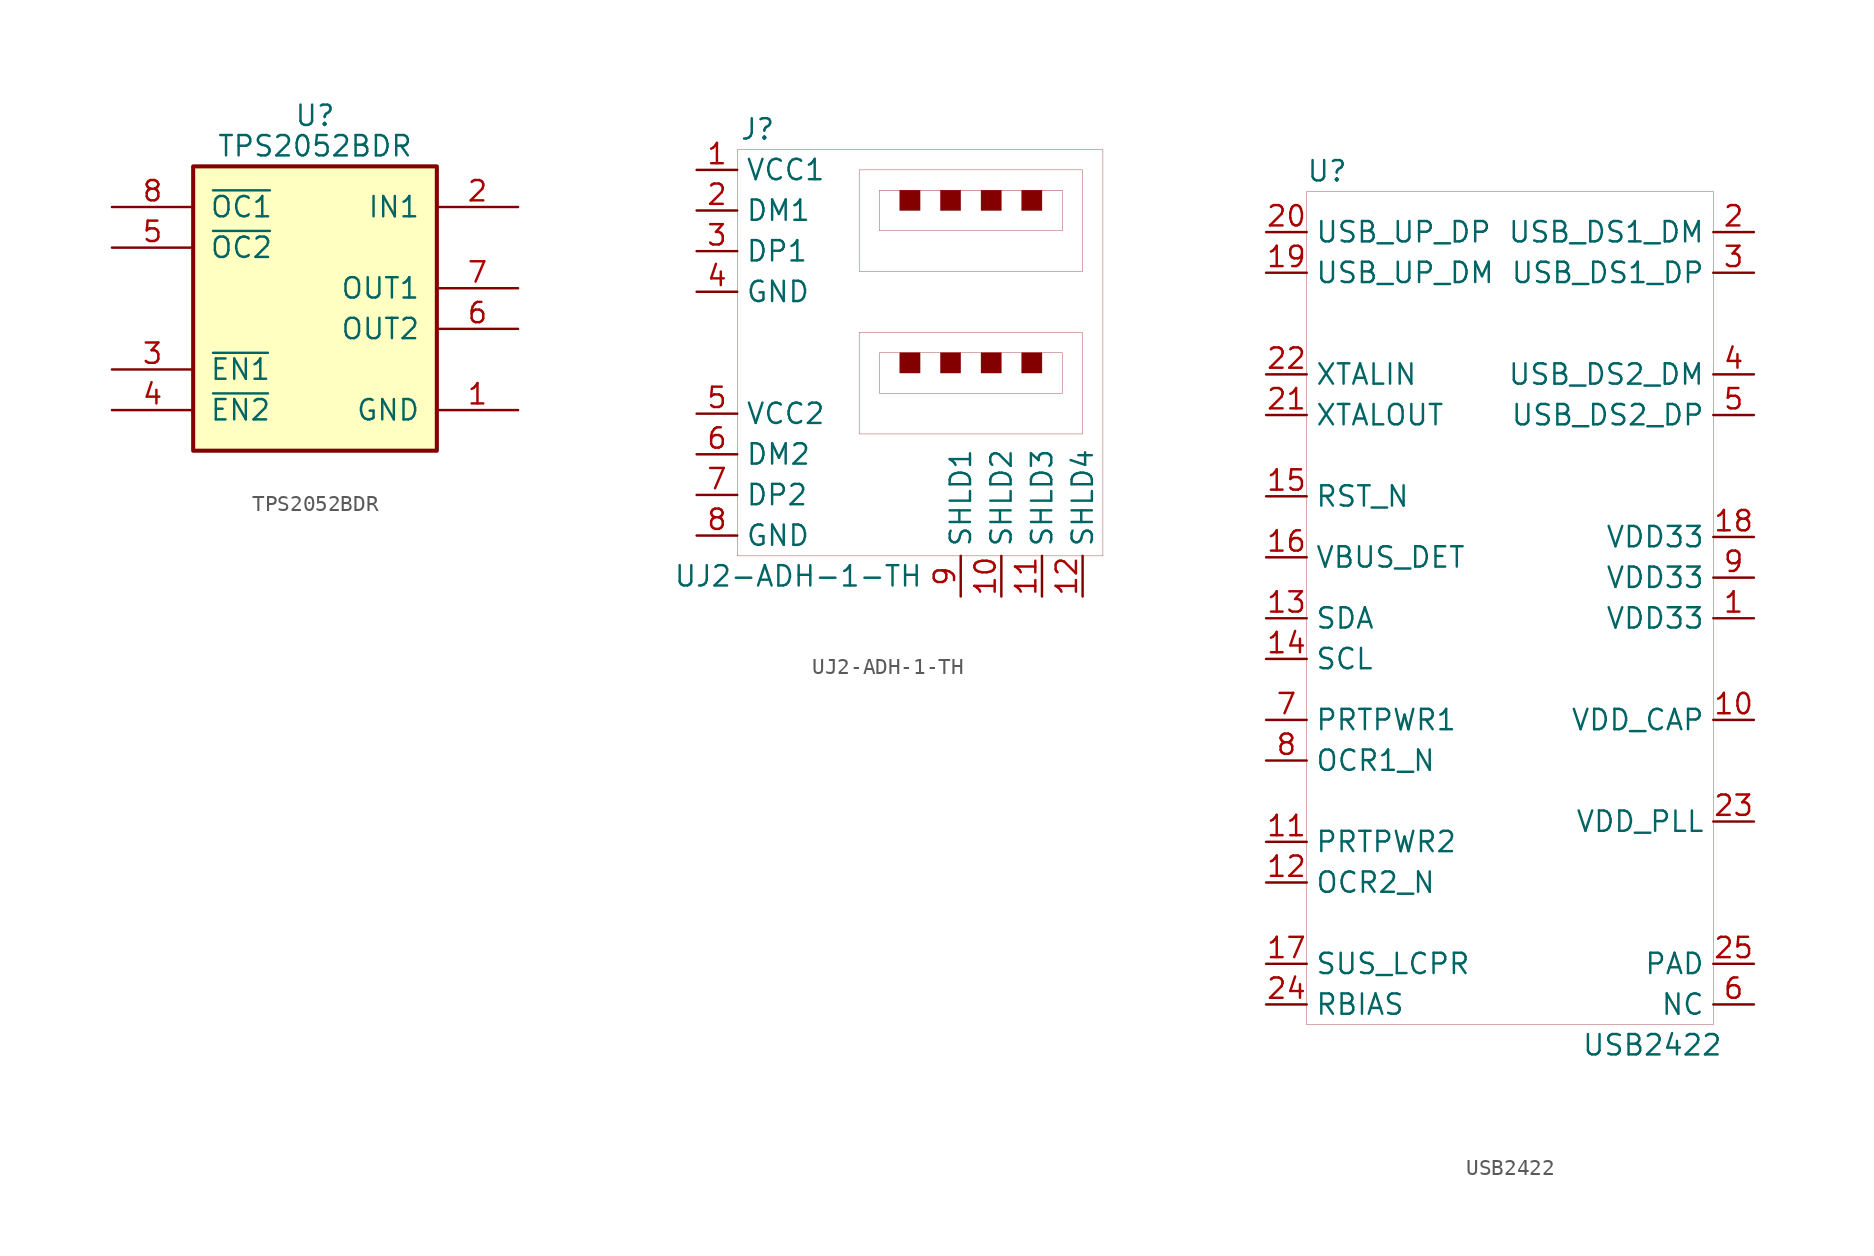
<source format=kicad_sym>
(kicad_symbol_lib
  (version 20201005)
  (generator kicad_symbol_editor)
  (symbol "KlipperShip_Symbols:TPS2052BDR"
    (pin_names
      (offset 1.016))
    (property "Reference" "U"
      (at 0 10.795 0)
      (effects (font (size 1.27 1.27))))
    (property "Value" "TPS2052BDR"
      (at 0 8.89 0)
      (effects (font (size 1.27 1.27))))
    (symbol "TPS2052BDR_0_1"
      (rectangle (start -7.62 7.62) (end 7.62 -10.16) (stroke (width 0.254)) (fill (type background))))
    (symbol "TPS2052BDR_1_1"
      (pin power_in line (at 12.7 -7.62 180) (length 5.08) (name "GND" (effects (font (size 1.27 1.27)))) (number "1" (effects (font (size 1.27 1.27)))))
      (pin power_in line (at 12.7 5.08 180) (length 5.08) (name "IN1" (effects (font (size 1.27 1.27)))) (number "2" (effects (font (size 1.27 1.27)))))
      (pin input line (at -12.7 -5.08 0) (length 5.08) (name "~EN1" (effects (font (size 1.27 1.27)))) (number "3" (effects (font (size 1.27 1.27)))))
      (pin input line (at -12.7 -7.62 0) (length 5.08) (name "~EN2" (effects (font (size 1.27 1.27)))) (number "4" (effects (font (size 1.27 1.27)))))
      (pin open_collector line (at -12.7 2.54 0) (length 5.08) (name "~OC2" (effects (font (size 1.27 1.27)))) (number "5" (effects (font (size 1.27 1.27)))))
      (pin power_out line (at 12.7 -2.54 180) (length 5.08) (name "OUT2" (effects (font (size 1.27 1.27)))) (number "6" (effects (font (size 1.27 1.27)))))
      (pin power_out line (at 12.7 0 180) (length 5.08) (name "OUT1" (effects (font (size 1.27 1.27)))) (number "7" (effects (font (size 1.27 1.27)))))
      (pin open_collector line (at -12.7 5.08 0) (length 5.08) (name "~OC1" (effects (font (size 1.27 1.27)))) (number "8" (effects (font (size 1.27 1.27)))))))
  (symbol "KlipperShip_Symbols:UJ2-ADH-1-TH"
    (property "Reference" "J"
      (at -8.89 12.7 0)
      (effects (font (size 1.27 1.27))))
    (property "Value" "UJ2-ADH-1-TH"
      (at -6.35 -15.24 0)
      (effects (font (size 1.27 1.27))))
    (symbol "UJ2-ADH-1-TH_0_1"
      (rectangle (start -10.16 11.43) (end 12.7 -13.97) (stroke (width 0.001)) (fill (type none)))
      (rectangle (start -2.54 10.16) (end 11.43 3.81) (stroke (width 0.001)) (fill (type none)))
      (rectangle (start -2.54 0) (end 11.43 -6.35) (stroke (width 0.001)) (fill (type none)))
      (rectangle (start -1.27 -1.27) (end 10.16 -3.81) (stroke (width 0.001)) (fill (type none)))
      (rectangle (start -1.27 8.89) (end 10.16 6.35) (stroke (width 0.001)) (fill (type none)))
      (rectangle (start 0 8.89) (end 1.27 7.62) (stroke (width 0.001)) (fill (type outline)))
      (rectangle (start 2.54 8.89) (end 3.81 7.62) (stroke (width 0.001)) (fill (type outline)))
      (rectangle (start 5.08 8.89) (end 6.35 7.62) (stroke (width 0.001)) (fill (type outline)))
      (rectangle (start 7.62 8.89) (end 8.89 7.62) (stroke (width 0.001)) (fill (type outline)))
      (rectangle (start 0 -1.27) (end 1.27 -2.54) (stroke (width 0.001)) (fill (type outline)))
      (rectangle (start 2.54 -1.27) (end 3.81 -2.54) (stroke (width 0.001)) (fill (type outline)))
      (rectangle (start 5.08 -1.27) (end 6.35 -2.54) (stroke (width 0.001)) (fill (type outline)))
      (rectangle (start 7.62 -1.27) (end 8.89 -2.54) (stroke (width 0.001)) (fill (type outline))))
    (symbol "UJ2-ADH-1-TH_0_0"
      (pin power_in line (at -12.7 10.16 0) (length 2.54) (name "VCC1" (effects (font (size 1.27 1.27)))) (number "1" (effects (font (size 1.27 1.27)))))
      (pin bidirectional line (at -12.7 7.62 0) (length 2.54) (name "DM1" (effects (font (size 1.27 1.27)))) (number "2" (effects (font (size 1.27 1.27)))))
      (pin bidirectional line (at -12.7 5.08 0) (length 2.54) (name "DP1" (effects (font (size 1.27 1.27)))) (number "3" (effects (font (size 1.27 1.27)))))
      (pin power_in line (at -12.7 2.54 0) (length 2.54) (name "GND" (effects (font (size 1.27 1.27)))) (number "4" (effects (font (size 1.27 1.27)))))
      (pin power_in line (at -12.7 -5.08 0) (length 2.54) (name "VCC2" (effects (font (size 1.27 1.27)))) (number "5" (effects (font (size 1.27 1.27)))))
      (pin bidirectional line (at -12.7 -7.62 0) (length 2.54) (name "DM2" (effects (font (size 1.27 1.27)))) (number "6" (effects (font (size 1.27 1.27)))))
      (pin bidirectional line (at -12.7 -10.16 0) (length 2.54) (name "DP2" (effects (font (size 1.27 1.27)))) (number "7" (effects (font (size 1.27 1.27)))))
      (pin power_in line (at -12.7 -12.7 0) (length 2.54) (name "GND" (effects (font (size 1.27 1.27)))) (number "8" (effects (font (size 1.27 1.27)))))
      (pin passive line (at 3.81 -16.51 90) (length 2.54) (name "SHLD1" (effects (font (size 1.27 1.27)))) (number "9" (effects (font (size 1.27 1.27)))))
      (pin passive line (at 6.35 -16.51 90) (length 2.54) (name "SHLD2" (effects (font (size 1.27 1.27)))) (number "10" (effects (font (size 1.27 1.27)))))
      (pin passive line (at 8.89 -16.51 90) (length 2.54) (name "SHLD3" (effects (font (size 1.27 1.27)))) (number "11" (effects (font (size 1.27 1.27)))))
      (pin passive line (at 11.43 -16.51 90) (length 2.54) (name "SHLD4" (effects (font (size 1.27 1.27)))) (number "12" (effects (font (size 1.27 1.27)))))))
  (symbol "KlipperShip_Symbols:USB2422"
    (property "Reference" "U"
      (at -11.43 25.4 0)
      (effects (font (size 1.27 1.27))))
    (property "Value" "USB2422"
      (at 8.89 -29.21 0)
      (effects (font (size 1.27 1.27))))
    (symbol "USB2422_0_1"
      (rectangle (start -12.7 24.13) (end 12.7 -27.94) (stroke (width 0.001)) (fill (type none))))
    (symbol "USB2422_0_0"
      (pin power_in line (at 15.24 -2.54 180) (length 2.54) (name "VDD33" (effects (font (size 1.27 1.27)))) (number "1" (effects (font (size 1.27 1.27)))))
      (pin bidirectional line (at -15.24 19.05 0) (length 2.54) (name "USB_UP_DM" (effects (font (size 1.27 1.27)))) (number "19" (effects (font (size 1.27 1.27)))))
      (pin bidirectional line (at -15.24 21.59 0) (length 2.54) (name "USB_UP_DP" (effects (font (size 1.27 1.27)))) (number "20" (effects (font (size 1.27 1.27)))))
      (pin bidirectional line (at -15.24 1.27 0) (length 2.54) (name "VBUS_DET" (effects (font (size 1.27 1.27)))) (number "16" (effects (font (size 1.27 1.27)))))
      (pin bidirectional line (at 15.24 21.59 180) (length 2.54) (name "USB_DS1_DM" (effects (font (size 1.27 1.27)))) (number "2" (effects (font (size 1.27 1.27)))))
      (pin bidirectional line (at 15.24 19.05 180) (length 2.54) (name "USB_DS1_DP" (effects (font (size 1.27 1.27)))) (number "3" (effects (font (size 1.27 1.27)))))
      (pin bidirectional line (at 15.24 12.7 180) (length 2.54) (name "USB_DS2_DM" (effects (font (size 1.27 1.27)))) (number "4" (effects (font (size 1.27 1.27)))))
      (pin bidirectional line (at 15.24 10.16 180) (length 2.54) (name "USB_DS2_DP" (effects (font (size 1.27 1.27)))) (number "5" (effects (font (size 1.27 1.27)))))
      (pin passive line (at 15.24 -26.67 180) (length 2.54) (name "NC" (effects (font (size 1.27 1.27)))) (number "6" (effects (font (size 1.27 1.27)))))
      (pin passive line (at -15.24 -8.89 0) (length 2.54) (name "PRTPWR1" (effects (font (size 1.27 1.27)))) (number "7" (effects (font (size 1.27 1.27)))))
      (pin passive line (at -15.24 -16.51 0) (length 2.54) (name "PRTPWR2" (effects (font (size 1.27 1.27)))) (number "11" (effects (font (size 1.27 1.27)))))
      (pin passive line (at -15.24 -11.43 0) (length 2.54) (name "OCR1_N" (effects (font (size 1.27 1.27)))) (number "8" (effects (font (size 1.27 1.27)))))
      (pin passive line (at -15.24 -19.05 0) (length 2.54) (name "OCR2_N" (effects (font (size 1.27 1.27)))) (number "12" (effects (font (size 1.27 1.27)))))
      (pin output line (at -15.24 -26.67 0) (length 2.54) (name "RBIAS" (effects (font (size 1.27 1.27)))) (number "24" (effects (font (size 1.27 1.27)))))
      (pin bidirectional line (at -15.24 -2.54 0) (length 2.54) (name "SDA" (effects (font (size 1.27 1.27)))) (number "13" (effects (font (size 1.27 1.27)))))
      (pin input line (at -15.24 -5.08 0) (length 2.54) (name "SCL" (effects (font (size 1.27 1.27)))) (number "14" (effects (font (size 1.27 1.27)))))
      (pin bidirectional line (at -15.24 12.7 0) (length 2.54) (name "XTALIN" (effects (font (size 1.27 1.27)))) (number "22" (effects (font (size 1.27 1.27)))))
      (pin bidirectional line (at -15.24 10.16 0) (length 2.54) (name "XTALOUT" (effects (font (size 1.27 1.27)))) (number "21" (effects (font (size 1.27 1.27)))))
      (pin bidirectional line (at -15.24 5.08 0) (length 2.54) (name "RST_N" (effects (font (size 1.27 1.27)))) (number "15" (effects (font (size 1.27 1.27)))))
      (pin bidirectional line (at -15.24 -24.13 0) (length 2.54) (name "SUS_LCPR" (effects (font (size 1.27 1.27)))) (number "17" (effects (font (size 1.27 1.27)))))
      (pin power_in line (at 15.24 0 180) (length 2.54) (name "VDD33" (effects (font (size 1.27 1.27)))) (number "9" (effects (font (size 1.27 1.27)))))
      (pin power_in line (at 15.24 2.54 180) (length 2.54) (name "VDD33" (effects (font (size 1.27 1.27)))) (number "18" (effects (font (size 1.27 1.27)))))
      (pin power_out line (at 15.24 -8.89 180) (length 2.54) (name "VDD_CAP" (effects (font (size 1.27 1.27)))) (number "10" (effects (font (size 1.27 1.27)))))
      (pin power_out line (at 15.24 -15.24 180) (length 2.54) (name "VDD_PLL" (effects (font (size 1.27 1.27)))) (number "23" (effects (font (size 1.27 1.27)))))
      (pin power_out line (at 15.24 -24.13 180) (length 2.54) (name "PAD" (effects (font (size 1.27 1.27)))) (number "25" (effects (font (size 1.27 1.27))))))))
</source>
